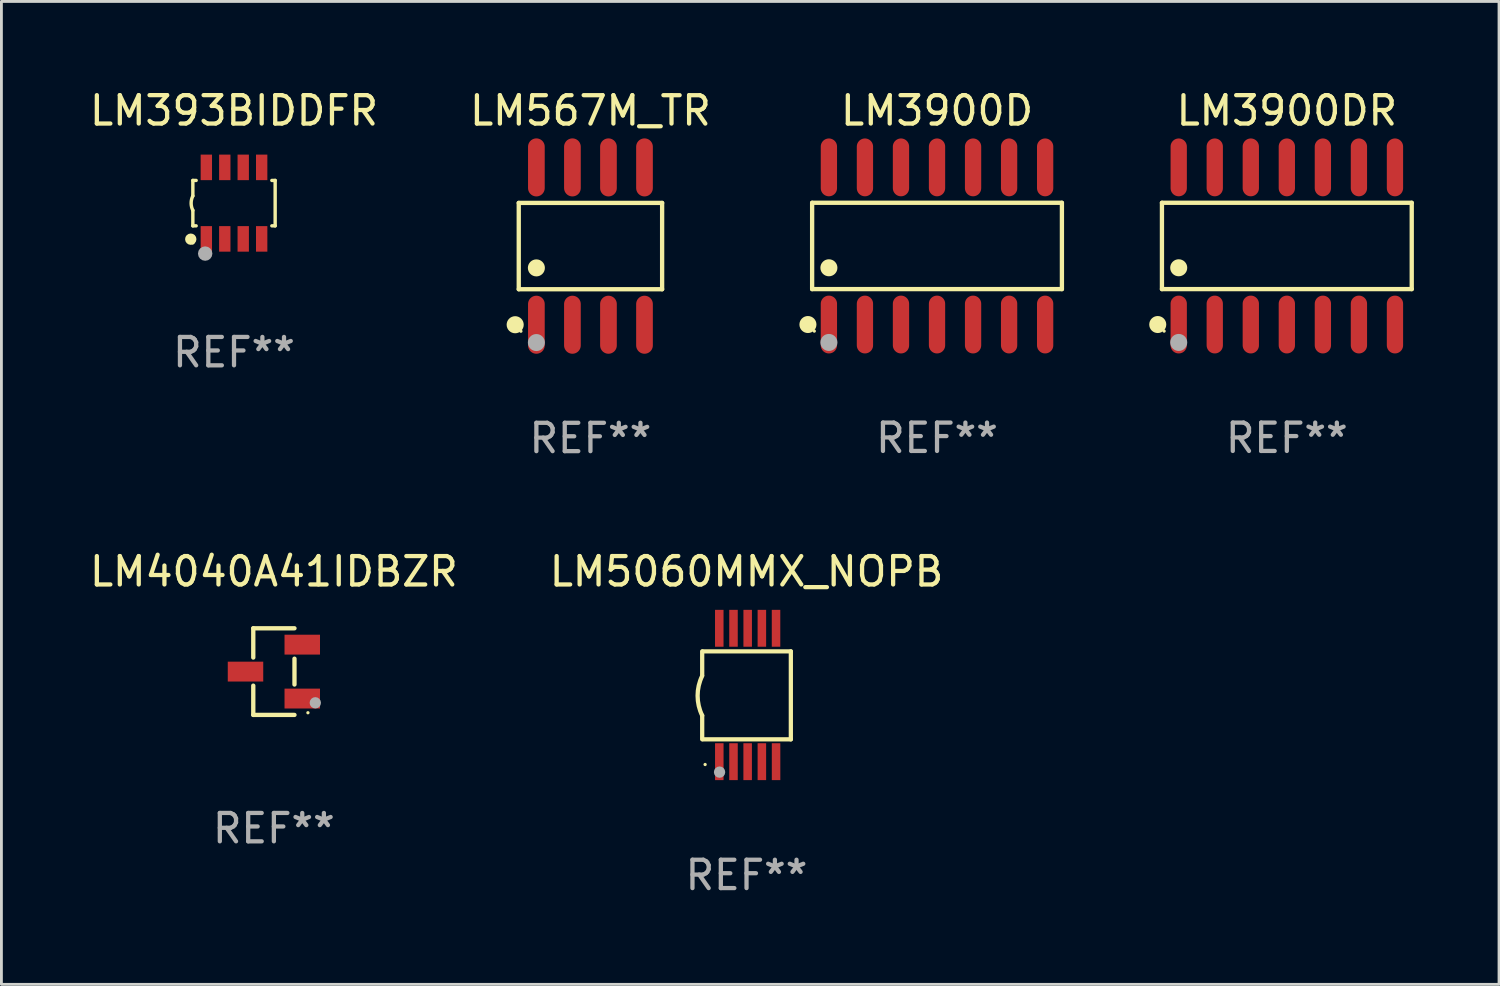
<source format=kicad_pcb>
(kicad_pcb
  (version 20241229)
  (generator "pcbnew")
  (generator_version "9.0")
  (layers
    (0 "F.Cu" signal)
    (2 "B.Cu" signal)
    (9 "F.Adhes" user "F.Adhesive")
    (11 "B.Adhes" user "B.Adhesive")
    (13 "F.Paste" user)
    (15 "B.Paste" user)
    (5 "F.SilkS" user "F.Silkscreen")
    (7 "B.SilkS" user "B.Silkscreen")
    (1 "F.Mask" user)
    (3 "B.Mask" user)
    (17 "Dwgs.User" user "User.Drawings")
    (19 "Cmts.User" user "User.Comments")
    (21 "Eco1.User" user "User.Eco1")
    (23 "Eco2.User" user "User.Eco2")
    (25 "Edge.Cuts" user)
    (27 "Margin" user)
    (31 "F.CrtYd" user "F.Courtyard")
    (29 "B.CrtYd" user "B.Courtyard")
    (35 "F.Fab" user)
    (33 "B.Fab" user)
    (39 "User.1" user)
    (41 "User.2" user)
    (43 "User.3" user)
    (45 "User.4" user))
  (footprint "LM4040A41IDBZR"
    (layer "F.Cu")
    (at 6.601 20.616)
    (property "Reference" "LM4040A41IDBZR" (at 0 -3.526 0) (layer "F.SilkS") (effects (font (size 1 1) (thickness 0.15))))
    (attr through_hole)
    (fp_line (start -0.726 -1.526) (end -0.726 -0.495) (stroke (width 0.152) (type solid)) (layer "F.SilkS"))
    (fp_line (start -0.726 1.526) (end -0.726 0.495) (stroke (width 0.152) (type solid)) (layer "F.SilkS"))
    (fp_line (start 0.726 -1.526) (end -0.726 -1.526) (stroke (width 0.152) (type solid)) (layer "F.SilkS"))
    (fp_line (start 0.726 -0.455) (end 0.726 0.455) (stroke (width 0.152) (type solid)) (layer "F.SilkS"))
    (fp_line (start 0.726 1.526) (end -0.726 1.526) (stroke (width 0.152) (type solid)) (layer "F.SilkS"))
    (fp_circle (center 1.2 1.45) (end 1.23 1.45) (stroke (width 0.06) (type solid)) (fill no) (layer "F.SilkS"))
    (fp_circle (center 1.46 1.1) (end 1.56 1.1) (stroke (width 0.2) (type solid)) (fill no) (layer "F.Fab"))
    (fp_text user "REF**" (at 0 5.526 0) (layer "F.Fab") (effects (font (size 1 1) (thickness 0.15))))
    (pad "1" smd rect (at 1 0.95) (size 1.25 0.7) (layers "F.Cu" "F.Mask" "F.Paste"))
    (pad "2" smd rect (at 1 -0.95) (size 1.25 0.7) (layers "F.Cu" "F.Mask" "F.Paste"))
    (pad "3" smd rect (at -1 0) (size 1.25 0.7) (layers "F.Cu" "F.Mask" "F.Paste")))
  (footprint "LM393BIDDFR"
    (layer "F.Cu")
    (at 5.196 4.108)
    (property "Reference" "LM393BIDDFR" (at 0 -3.26 0) (layer "F.SilkS") (effects (font (size 1 1) (thickness 0.15))))
    (attr through_hole)
    (fp_line (start -1.45 -0.8) (end -1.45 -0.254) (stroke (width 0.12) (type solid)) (layer "F.SilkS"))
    (fp_line (start -1.45 -0.8) (end -1.334 -0.8) (stroke (width 0.12) (type solid)) (layer "F.SilkS"))
    (fp_line (start -1.45 0.8) (end -1.45 0.254) (stroke (width 0.12) (type solid)) (layer "F.SilkS"))
    (fp_line (start -1.45 0.8) (end -1.334 0.8) (stroke (width 0.12) (type solid)) (layer "F.SilkS"))
    (fp_line (start 1.334 -0.8) (end 1.45 -0.8) (stroke (width 0.12) (type solid)) (layer "F.SilkS"))
    (fp_line (start 1.334 0.8) (end 1.45 0.8) (stroke (width 0.12) (type solid)) (layer "F.SilkS"))
    (fp_line (start 1.45 0.8) (end 1.45 -0.8) (stroke (width 0.12) (type solid)) (layer "F.SilkS"))
    (fp_arc (start -1.45075 0.255144) (mid -1.510605 0.000434) (end -1.450013 -0.254102) (stroke (width 0.11999) (type solid)) (layer "F.SilkS"))
    (fp_circle (center -1.524 1.27) (end -1.424 1.27) (stroke (width 0.2) (type solid)) (fill no) (layer "F.SilkS"))
    (fp_circle (center -1.45 1.4) (end -1.42 1.4) (stroke (width 0.06) (type solid)) (fill no) (layer "F.SilkS"))
    (fp_circle (center -1.016 1.778) (end -0.889 1.778) (stroke (width 0.254) (type solid)) (fill no) (layer "F.Fab"))
    (fp_text user "REF**" (at 0 5.26 0) (layer "F.Fab") (effects (font (size 1 1) (thickness 0.15))))
    (pad "1" smd rect (at -0.975 1.26) (size 0.4 0.9) (layers "F.Cu" "F.Mask" "F.Paste"))
    (pad "2" smd rect (at -0.325 1.26) (size 0.4 0.9) (layers "F.Cu" "F.Mask" "F.Paste"))
    (pad "3" smd rect (at 0.325 1.26) (size 0.4 0.9) (layers "F.Cu" "F.Mask" "F.Paste"))
    (pad "4" smd rect (at 0.975 1.26) (size 0.4 0.9) (layers "F.Cu" "F.Mask" "F.Paste"))
    (pad "5" smd rect (at 0.975 -1.26) (size 0.4 0.9) (layers "F.Cu" "F.Mask" "F.Paste"))
    (pad "6" smd rect (at 0.325 -1.26) (size 0.4 0.9) (layers "F.Cu" "F.Mask" "F.Paste"))
    (pad "7" smd rect (at -0.325 -1.26) (size 0.4 0.9) (layers "F.Cu" "F.Mask" "F.Paste"))
    (pad "8" smd rect (at -0.975 -1.26) (size 0.4 0.9) (layers "F.Cu" "F.Mask" "F.Paste")))
  (footprint "LM3900DR"
    (layer "F.Cu")
    (at 42.296 5.617)
    (property "Reference" "LM3900DR" (at 0 -4.769 0) (layer "F.SilkS") (effects (font (size 1 1) (thickness 0.15))))
    (attr through_hole)
    (fp_line (start -4.401 -1.521) (end 4.401 -1.521) (stroke (width 0.152) (type solid)) (layer "F.SilkS"))
    (fp_line (start -4.401 1.521) (end -4.401 -1.521) (stroke (width 0.152) (type solid)) (layer "F.SilkS"))
    (fp_line (start 4.401 -1.521) (end 4.401 1.521) (stroke (width 0.152) (type solid)) (layer "F.SilkS"))
    (fp_line (start 4.401 1.521) (end -4.401 1.521) (stroke (width 0.152) (type solid)) (layer "F.SilkS"))
    (fp_circle (center -4.549 2.769) (end -4.399 2.769) (stroke (width 0.3) (type solid)) (fill no) (layer "F.SilkS"))
    (fp_circle (center -4.325 3) (end -4.295 3) (stroke (width 0.06) (type solid)) (fill no) (layer "F.SilkS"))
    (fp_circle (center -3.81 0.769) (end -3.66 0.769) (stroke (width 0.3) (type solid)) (fill no) (layer "F.SilkS"))
    (fp_circle (center -3.81 3.4) (end -3.66 3.4) (stroke (width 0.3) (type solid)) (fill no) (layer "F.Fab"))
    (fp_text user "REF**" (at 0 6.769 0) (layer "F.Fab") (effects (font (size 1 1) (thickness 0.15))))
    (pad "1" smd oval (at -3.81 2.769) (size 0.574 2.038) (layers "F.Cu" "F.Mask" "F.Paste"))
    (pad "2" smd oval (at -2.54 2.769) (size 0.574 2.038) (layers "F.Cu" "F.Mask" "F.Paste"))
    (pad "3" smd oval (at -1.27 2.769) (size 0.574 2.038) (layers "F.Cu" "F.Mask" "F.Paste"))
    (pad "4" smd oval (at 0 2.769) (size 0.574 2.038) (layers "F.Cu" "F.Mask" "F.Paste"))
    (pad "5" smd oval (at 1.27 2.769) (size 0.574 2.038) (layers "F.Cu" "F.Mask" "F.Paste"))
    (pad "6" smd oval (at 2.54 2.769) (size 0.574 2.038) (layers "F.Cu" "F.Mask" "F.Paste"))
    (pad "7" smd oval (at 3.81 2.769) (size 0.574 2.038) (layers "F.Cu" "F.Mask" "F.Paste"))
    (pad "8" smd oval (at 3.81 -2.769) (size 0.574 2.038) (layers "F.Cu" "F.Mask" "F.Paste"))
    (pad "9" smd oval (at 2.54 -2.769) (size 0.574 2.038) (layers "F.Cu" "F.Mask" "F.Paste"))
    (pad "10" smd oval (at 1.27 -2.769) (size 0.574 2.038) (layers "F.Cu" "F.Mask" "F.Paste"))
    (pad "11" smd oval (at 0 -2.769) (size 0.574 2.038) (layers "F.Cu" "F.Mask" "F.Paste"))
    (pad "12" smd oval (at -1.27 -2.769) (size 0.574 2.038) (layers "F.Cu" "F.Mask" "F.Paste"))
    (pad "13" smd oval (at -2.54 -2.769) (size 0.574 2.038) (layers "F.Cu" "F.Mask" "F.Paste"))
    (pad "14" smd oval (at -3.81 -2.769) (size 0.574 2.038) (layers "F.Cu" "F.Mask" "F.Paste")))
  (footprint "LM3900D"
    (layer "F.Cu")
    (at 29.969 5.617)
    (property "Reference" "LM3900D" (at 0 -4.769 0) (layer "F.SilkS") (effects (font (size 1 1) (thickness 0.15))))
    (attr through_hole)
    (fp_line (start -4.401 -1.521) (end 4.401 -1.521) (stroke (width 0.152) (type solid)) (layer "F.SilkS"))
    (fp_line (start -4.401 1.521) (end -4.401 -1.521) (stroke (width 0.152) (type solid)) (layer "F.SilkS"))
    (fp_line (start 4.401 -1.521) (end 4.401 1.521) (stroke (width 0.152) (type solid)) (layer "F.SilkS"))
    (fp_line (start 4.401 1.521) (end -4.401 1.521) (stroke (width 0.152) (type solid)) (layer "F.SilkS"))
    (fp_circle (center -4.549 2.769) (end -4.399 2.769) (stroke (width 0.3) (type solid)) (fill no) (layer "F.SilkS"))
    (fp_circle (center -4.325 3) (end -4.295 3) (stroke (width 0.06) (type solid)) (fill no) (layer "F.SilkS"))
    (fp_circle (center -3.81 0.769) (end -3.66 0.769) (stroke (width 0.3) (type solid)) (fill no) (layer "F.SilkS"))
    (fp_circle (center -3.81 3.4) (end -3.66 3.4) (stroke (width 0.3) (type solid)) (fill no) (layer "F.Fab"))
    (fp_text user "REF**" (at 0 6.769 0) (layer "F.Fab") (effects (font (size 1 1) (thickness 0.15))))
    (pad "1" smd oval (at -3.81 2.769) (size 0.574 2.038) (layers "F.Cu" "F.Mask" "F.Paste"))
    (pad "2" smd oval (at -2.54 2.769) (size 0.574 2.038) (layers "F.Cu" "F.Mask" "F.Paste"))
    (pad "3" smd oval (at -1.27 2.769) (size 0.574 2.038) (layers "F.Cu" "F.Mask" "F.Paste"))
    (pad "4" smd oval (at 0 2.769) (size 0.574 2.038) (layers "F.Cu" "F.Mask" "F.Paste"))
    (pad "5" smd oval (at 1.27 2.769) (size 0.574 2.038) (layers "F.Cu" "F.Mask" "F.Paste"))
    (pad "6" smd oval (at 2.54 2.769) (size 0.574 2.038) (layers "F.Cu" "F.Mask" "F.Paste"))
    (pad "7" smd oval (at 3.81 2.769) (size 0.574 2.038) (layers "F.Cu" "F.Mask" "F.Paste"))
    (pad "8" smd oval (at 3.81 -2.769) (size 0.574 2.038) (layers "F.Cu" "F.Mask" "F.Paste"))
    (pad "9" smd oval (at 2.54 -2.769) (size 0.574 2.038) (layers "F.Cu" "F.Mask" "F.Paste"))
    (pad "10" smd oval (at 1.27 -2.769) (size 0.574 2.038) (layers "F.Cu" "F.Mask" "F.Paste"))
    (pad "11" smd oval (at 0 -2.769) (size 0.574 2.038) (layers "F.Cu" "F.Mask" "F.Paste"))
    (pad "12" smd oval (at -1.27 -2.769) (size 0.574 2.038) (layers "F.Cu" "F.Mask" "F.Paste"))
    (pad "13" smd oval (at -2.54 -2.769) (size 0.574 2.038) (layers "F.Cu" "F.Mask" "F.Paste"))
    (pad "14" smd oval (at -3.81 -2.769) (size 0.574 2.038) (layers "F.Cu" "F.Mask" "F.Paste")))
  (footprint "LM5060MMX_NOPB"
    (layer "F.Cu")
    (at 23.256 21.44)
    (property "Reference" "LM5060MMX_NOPB" (at 0 -4.35 0) (layer "F.SilkS") (effects (font (size 1 1) (thickness 0.15))))
    (attr through_hole)
    (fp_line (start -1.562 -1.537) (end -1.562 -0.698) (stroke (width 0.15) (type solid)) (layer "F.SilkS"))
    (fp_line (start -1.562 0.724) (end -1.562 1.562) (stroke (width 0.15) (type solid)) (layer "F.SilkS"))
    (fp_line (start -1.538 -1.537) (end 1.562 -1.537) (stroke (width 0.15) (type solid)) (layer "F.SilkS"))
    (fp_line (start -1.538 1.562) (end 1.562 1.562) (stroke (width 0.15) (type solid)) (layer "F.SilkS"))
    (fp_line (start 1.562 1.564) (end 1.562 -1.537) (stroke (width 0.15) (type solid)) (layer "F.SilkS"))
    (fp_arc (start -1.562103 0.724079) (mid -1.723579 0.025578) (end -1.562103 -0.672924) (stroke (width 0.150013) (type solid)) (layer "F.SilkS"))
    (fp_circle (center -1.459 2.45) (end -1.429 2.45) (stroke (width 0.06) (type solid)) (fill no) (layer "F.SilkS"))
    (fp_circle (center -0.95 2.718) (end -0.85 2.718) (stroke (width 0.2) (type solid)) (fill no) (layer "F.Fab"))
    (fp_text user "REF**" (at 0 6.35 0) (layer "F.Fab") (effects (font (size 1 1) (thickness 0.15))))
    (pad "1" smd rect (at -0.959 2.35) (size 0.3 1.3) (layers "F.Cu" "F.Mask" "F.Paste"))
    (pad "2" smd rect (at -0.459 2.35) (size 0.3 1.3) (layers "F.Cu" "F.Mask" "F.Paste"))
    (pad "3" smd rect (at 0.04 2.35) (size 0.3 1.3) (layers "F.Cu" "F.Mask" "F.Paste"))
    (pad "4" smd rect (at 0.541 2.35) (size 0.3 1.3) (layers "F.Cu" "F.Mask" "F.Paste"))
    (pad "5" smd rect (at 1.041 2.35) (size 0.3 1.3) (layers "F.Cu" "F.Mask" "F.Paste"))
    (pad "6" smd rect (at 1.04 -2.35) (size 0.3 1.3) (layers "F.Cu" "F.Mask" "F.Paste"))
    (pad "7" smd rect (at 0.541 -2.35) (size 0.3 1.3) (layers "F.Cu" "F.Mask" "F.Paste"))
    (pad "8" smd rect (at 0.041 -2.35) (size 0.3 1.3) (layers "F.Cu" "F.Mask" "F.Paste"))
    (pad "9" smd rect (at -0.459 -2.35) (size 0.3 1.3) (layers "F.Cu" "F.Mask" "F.Paste"))
    (pad "10" smd rect (at -0.96 -2.35) (size 0.3 1.3) (layers "F.Cu" "F.Mask" "F.Paste")))
  (footprint "LM567M_TR"
    (layer "F.Cu")
    (at 17.756 5.621)
    (property "Reference" "LM567M_TR" (at 0 -4.772 0) (layer "F.SilkS") (effects (font (size 1 1) (thickness 0.15))))
    (attr through_hole)
    (fp_line (start -2.526 -1.521) (end 2.526 -1.521) (stroke (width 0.152) (type solid)) (layer "F.SilkS"))
    (fp_line (start -2.526 1.521) (end -2.526 -1.521) (stroke (width 0.152) (type solid)) (layer "F.SilkS"))
    (fp_line (start 2.526 -1.521) (end 2.526 1.521) (stroke (width 0.152) (type solid)) (layer "F.SilkS"))
    (fp_line (start 2.526 1.521) (end -2.526 1.521) (stroke (width 0.152) (type solid)) (layer "F.SilkS"))
    (fp_circle (center -2.652 2.772) (end -2.501 2.772) (stroke (width 0.3) (type solid)) (fill no) (layer "F.SilkS"))
    (fp_circle (center -2.45 3) (end -2.42 3) (stroke (width 0.06) (type solid)) (fill no) (layer "F.SilkS"))
    (fp_circle (center -1.905 0.769) (end -1.755 0.769) (stroke (width 0.3) (type solid)) (fill no) (layer "F.SilkS"))
    (fp_circle (center -1.905 3.4) (end -1.755 3.4) (stroke (width 0.3) (type solid)) (fill no) (layer "F.Fab"))
    (fp_text user "REF**" (at 0 6.772 0) (layer "F.Fab") (effects (font (size 1 1) (thickness 0.15))))
    (pad "1" smd oval (at -1.905 2.772) (size 0.588 2.045) (layers "F.Cu" "F.Mask" "F.Paste"))
    (pad "2" smd oval (at -0.635 2.772) (size 0.588 2.045) (layers "F.Cu" "F.Mask" "F.Paste"))
    (pad "3" smd oval (at 0.635 2.772) (size 0.588 2.045) (layers "F.Cu" "F.Mask" "F.Paste"))
    (pad "4" smd oval (at 1.905 2.772) (size 0.588 2.045) (layers "F.Cu" "F.Mask" "F.Paste"))
    (pad "5" smd oval (at 1.905 -2.772) (size 0.588 2.045) (layers "F.Cu" "F.Mask" "F.Paste"))
    (pad "6" smd oval (at 0.635 -2.772) (size 0.588 2.045) (layers "F.Cu" "F.Mask" "F.Paste"))
    (pad "7" smd oval (at -0.635 -2.772) (size 0.588 2.045) (layers "F.Cu" "F.Mask" "F.Paste"))
    (pad "8" smd oval (at -1.905 -2.772) (size 0.588 2.045) (layers "F.Cu" "F.Mask" "F.Paste")))
  (gr_rect
    (start -3 -3)
    (end 49.773 31.638)
    (stroke (width 0.1) (type default))
    (fill no)
    (layer "Edge.Cuts")))
</source>
